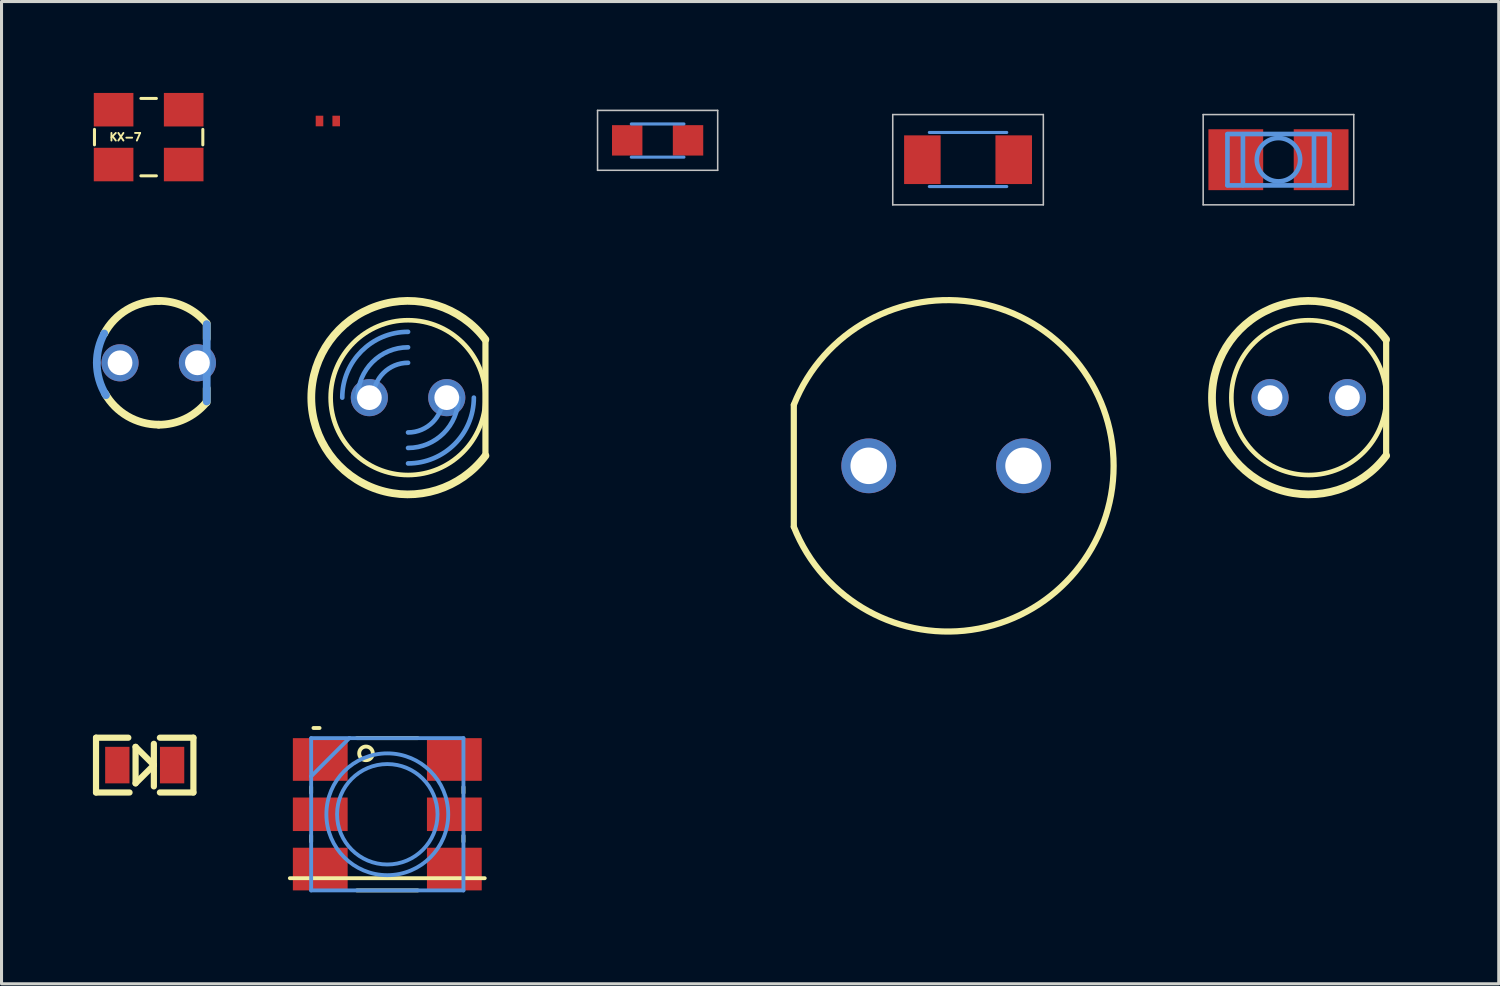
<source format=kicad_pcb>
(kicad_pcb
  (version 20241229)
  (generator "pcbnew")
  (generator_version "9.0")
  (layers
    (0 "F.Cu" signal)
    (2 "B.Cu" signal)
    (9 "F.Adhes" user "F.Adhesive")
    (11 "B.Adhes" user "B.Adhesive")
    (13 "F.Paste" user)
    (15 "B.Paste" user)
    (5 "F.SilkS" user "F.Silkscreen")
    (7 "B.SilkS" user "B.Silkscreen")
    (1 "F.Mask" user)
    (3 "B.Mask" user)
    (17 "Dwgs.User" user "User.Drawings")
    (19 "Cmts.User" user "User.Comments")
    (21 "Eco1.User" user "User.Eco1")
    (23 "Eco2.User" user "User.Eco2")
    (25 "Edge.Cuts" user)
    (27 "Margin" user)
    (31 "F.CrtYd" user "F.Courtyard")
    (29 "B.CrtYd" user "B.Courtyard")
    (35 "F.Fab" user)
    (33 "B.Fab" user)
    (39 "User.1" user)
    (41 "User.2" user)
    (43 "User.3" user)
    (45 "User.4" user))
  (footprint "L0201"
    (layer "F.Cu")
    (at 7.709 0.921)
    (property "Reference" "L0201" (at 1.905 0 0) (layer "Eco1.User") (effects (font (size 1.27 1.27) (thickness 0.102))))
    (attr through_hole)
    (pad "1" smd rect (at -0.274 0) (size 0.249 0.348) (layers "F.Cu" "F.Mask" "F.Paste"))
    (pad "2" smd rect (at 0.274 0) (size 0.249 0.348) (layers "F.Cu" "F.Mask" "F.Paste")))
  (footprint "L2012C"
    (layer "F.Cu")
    (at 18.531 1.556)
    (property "Reference" "L2012C" (at 0.635 -0.635 0) (layer "Eco1.User") (effects (font (size 1.27 1.27) (thickness 0.102))))
    (attr through_hole)
    (fp_line (start -1.971 -0.983) (end 1.971 -0.983) (stroke (width 0.051) (type solid)) (layer "Dwgs.User"))
    (fp_line (start -1.971 0.983) (end -1.971 -0.983) (stroke (width 0.051) (type solid)) (layer "Dwgs.User"))
    (fp_line (start 1.971 -0.983) (end 1.971 0.983) (stroke (width 0.051) (type solid)) (layer "Dwgs.User"))
    (fp_line (start 1.971 0.983) (end -1.971 0.983) (stroke (width 0.051) (type solid)) (layer "Dwgs.User"))
    (fp_line (start -0.864 -0.538) (end 0.864 -0.538) (stroke (width 0.102) (type solid)) (layer "Cmts.User"))
    (fp_line (start -0.864 0.551) (end 0.864 0.551) (stroke (width 0.102) (type solid)) (layer "Cmts.User"))
    (pad "1" smd rect (at -0.998 0) (size 0.998 0.998) (layers "F.Cu" "F.Mask" "F.Paste"))
    (pad "2" smd rect (at 0.998 0) (size 0.998 0.998) (layers "F.Cu" "F.Mask" "F.Paste")))
  (footprint "LED3MM"
    (layer "F.Cu")
    (at 2.159 8.856)
    (property "Reference" "LED3MM" (at 0 1.27 0) (layer "Eco1.User") (effects (font (size 0.508 0.508) (thickness 0.127))))
    (attr through_hole)
    (fp_line (start 1.575 -1.295) (end 1.575 -0.787) (stroke (width 0.254) (type solid)) (layer "F.SilkS"))
    (fp_line (start 1.575 1.295) (end 1.575 0.838) (stroke (width 0.254) (type solid)) (layer "F.SilkS"))
    (fp_arc (start -1.7907 -0.95504) (mid -1.044567 -1.739997) (end -0.000975 -2.02946) (stroke (width 0.254) (type solid)) (layer "F.SilkS"))
    (fp_arc (start -0.003213 2.029539) (mid -1.020615 1.754247) (end -1.76276 1.00584) (stroke (width 0.254) (type solid)) (layer "F.SilkS"))
    (fp_arc (start 0 -2.032) (mid 0.860367 -1.840867) (end 1.55888 -1.303426) (stroke (width 0.254) (type solid)) (layer "F.SilkS"))
    (fp_arc (start 1.549742 1.314277) (mid 0.853936 1.843859) (end 0 2.032) (stroke (width 0.254) (type solid)) (layer "F.SilkS"))
    (fp_line (start 1.575 1.27) (end 1.575 -1.27) (stroke (width 0.254) (type solid)) (layer "Cmts.User"))
    (fp_arc (start -2.032 0) (mid -1.970347 -0.496745) (end -1.78913 -0.963347) (stroke (width 0.254) (type solid)) (layer "Cmts.User"))
    (fp_arc (start -1.730709 1.064739) (mid -1.955227 0.553273) (end -2.032 0) (stroke (width 0.254) (type solid)) (layer "Cmts.User"))
    (pad "A" thru_hole oval (at -1.27 0) (size 1.219 1.219) (drill 0.813) (layers "*.Cu" "*.Mask"))
    (pad "K" thru_hole oval (at 1.27 0) (size 1.219 1.219) (drill 0.813) (layers "*.Cu" "*.Mask")))
  (footprint "LED-RGB-5050"
    (layer "F.Cu")
    (at 9.66 23.672)
    (property "Reference" "LED-RGB-5050" (at 0 0 0) (layer "Cmts.User") (effects (font (size 0.001 0.001) (thickness 0.000001))))
    (attr through_hole)
    (fp_line (start -3.198 2.098) (end 3.198 2.098) (stroke (width 0.127) (type solid)) (layer "F.SilkS"))
    (fp_line (start -2.499 -0.699) (end -2.499 -0.899) (stroke (width 0.127) (type solid)) (layer "F.SilkS"))
    (fp_line (start -2.499 0.899) (end -2.499 0.699) (stroke (width 0.127) (type solid)) (layer "F.SilkS"))
    (fp_line (start -2.223 -2.832) (end -2.423 -2.832) (stroke (width 0.127) (type solid)) (layer "F.SilkS"))
    (fp_line (start -0.998 -2.499) (end 0.998 -2.499) (stroke (width 0.127) (type solid)) (layer "F.SilkS"))
    (fp_line (start -0.998 2.499) (end 0.998 2.499) (stroke (width 0.127) (type solid)) (layer "F.SilkS"))
    (fp_line (start 2.499 -0.699) (end 2.499 -0.899) (stroke (width 0.127) (type solid)) (layer "F.SilkS"))
    (fp_line (start 2.499 0.899) (end 2.499 0.699) (stroke (width 0.127) (type solid)) (layer "F.SilkS"))
    (fp_circle (center -0.699 -1.999) (end -0.475 -1.999) (stroke (width 0.127) (type solid)) (fill no) (layer "F.SilkS"))
    (fp_line (start -2.499 -2.499) (end -1.245 -2.499) (stroke (width 0.127) (type solid)) (layer "Cmts.User"))
    (fp_line (start -2.499 -1.245) (end -2.499 -2.499) (stroke (width 0.127) (type solid)) (layer "Cmts.User"))
    (fp_line (start -2.499 -1.245) (end -1.245 -2.499) (stroke (width 0.127) (type solid)) (layer "Cmts.User"))
    (fp_line (start -2.499 2.499) (end -2.499 -1.245) (stroke (width 0.127) (type solid)) (layer "Cmts.User"))
    (fp_line (start -1.245 -2.499) (end 2.499 -2.499) (stroke (width 0.127) (type solid)) (layer "Cmts.User"))
    (fp_line (start 2.499 -2.499) (end 2.499 2.499) (stroke (width 0.127) (type solid)) (layer "Cmts.User"))
    (fp_line (start 2.499 2.499) (end -2.499 2.499) (stroke (width 0.127) (type solid)) (layer "Cmts.User"))
    (fp_circle (center 0 0) (end 1.648 0) (stroke (width 0.127) (type solid)) (fill no) (layer "Cmts.User"))
    (fp_circle (center 0 0) (end 1.999 0) (stroke (width 0.127) (type solid)) (fill no) (layer "Cmts.User"))
    (pad "BA" smd rect (at -2.2 -1.798) (size 1.798 1.4) (layers "F.Cu" "F.Mask" "F.Paste"))
    (pad "BK" smd rect (at 2.2 -1.798) (size 1.798 1.4) (layers "F.Cu" "F.Mask" "F.Paste"))
    (pad "GA" smd rect (at -2.2 1.798) (size 1.798 1.4) (layers "F.Cu" "F.Mask" "F.Paste"))
    (pad "GK" smd rect (at 2.2 1.798) (size 1.798 1.4) (layers "F.Cu" "F.Mask" "F.Paste"))
    (pad "RA" smd rect (at -2.2 0) (size 1.798 1.1) (layers "F.Cu" "F.Mask" "F.Paste"))
    (pad "RK" smd rect (at 2.2 0) (size 1.798 1.1) (layers "F.Cu" "F.Mask" "F.Paste")))
  (footprint "LED-0805"
    (layer "F.Cu")
    (at 1.699 22.058)
    (property "Reference" "LED-0805" (at -0.048 -0.991 0) (layer "Eco1.User") (effects (font (size 0.406 0.406) (thickness 0.03))))
    (attr through_hole)
    (fp_line (start -1.598 -0.899) (end -1.598 0.899) (stroke (width 0.203) (type solid)) (layer "F.SilkS"))
    (fp_line (start -1.598 0.899) (end -0.498 0.899) (stroke (width 0.203) (type solid)) (layer "F.SilkS"))
    (fp_line (start -0.538 -0.899) (end -1.598 -0.899) (stroke (width 0.203) (type solid)) (layer "F.SilkS"))
    (fp_line (start -0.3 -0.599) (end -0.3 0.599) (stroke (width 0.203) (type solid)) (layer "F.SilkS"))
    (fp_line (start -0.3 0.599) (end 0.3 0) (stroke (width 0.203) (type solid)) (layer "F.SilkS"))
    (fp_line (start 0.3 -0.699) (end 0.3 0) (stroke (width 0.203) (type solid)) (layer "F.SilkS"))
    (fp_line (start 0.3 0) (end -0.3 -0.599) (stroke (width 0.203) (type solid)) (layer "F.SilkS"))
    (fp_line (start 0.3 0) (end 0.3 0.699) (stroke (width 0.203) (type solid)) (layer "F.SilkS"))
    (fp_line (start 0.498 -0.899) (end 1.598 -0.899) (stroke (width 0.203) (type solid)) (layer "F.SilkS"))
    (fp_line (start 1.598 -0.899) (end 1.598 0.899) (stroke (width 0.203) (type solid)) (layer "F.SilkS"))
    (fp_line (start 1.598 0.899) (end 0.498 0.899) (stroke (width 0.203) (type solid)) (layer "F.SilkS"))
    (pad "A" smd rect (at -0.899 0) (size 0.798 1.199) (layers "F.Cu" "F.Mask" "F.Paste"))
    (pad "K" smd rect (at 0.899 0) (size 0.798 1.199) (layers "F.Cu" "F.Mask" "F.Paste")))
  (footprint "LED-5MM"
    (layer "F.Cu")
    (at 39.899 9.999)
    (property "Reference" "LED-5MM" (at 0 -1.5 0) (layer "Eco1.User") (effects (font (size 0.6 0.6) (thickness 0.1))))
    (attr through_hole)
    (fp_line (start 2.54 1.905) (end 2.54 -1.905) (stroke (width 0.203) (type solid)) (layer "F.SilkS"))
    (fp_arc (start 2.54 1.905) (mid -3.175 0.001668) (end 2.537997 -1.907668) (stroke (width 0.254) (type solid)) (layer "F.SilkS"))
    (fp_circle (center 0 0) (end 2.54 0) (stroke (width 0.152) (type solid)) (fill no) (layer "F.SilkS"))
    (pad "A" thru_hole oval (at -1.27 0) (size 1.219 1.219) (drill 0.813) (layers "*.Cu" "*.Mask"))
    (pad "K" thru_hole oval (at 1.27 0) (size 1.219 1.219) (drill 0.813) (layers "*.Cu" "*.Mask")))
  (footprint "L3225P"
    (layer "F.Cu")
    (at 38.905 2.191)
    (property "Reference" "L3225P" (at 0.635 -1.27 0) (layer "Eco1.User") (effects (font (size 1.27 1.27) (thickness 0.102))))
    (attr through_hole)
    (fp_line (start -2.471 -1.481) (end 2.471 -1.481) (stroke (width 0.051) (type solid)) (layer "Dwgs.User"))
    (fp_line (start -2.471 1.481) (end -2.471 -1.481) (stroke (width 0.051) (type solid)) (layer "Dwgs.User"))
    (fp_line (start 2.471 -1.481) (end 2.471 1.481) (stroke (width 0.051) (type solid)) (layer "Dwgs.User"))
    (fp_line (start 2.471 1.481) (end -2.471 1.481) (stroke (width 0.051) (type solid)) (layer "Dwgs.User"))
    (fp_line (start -1.674 -0.843) (end 1.674 -0.843) (stroke (width 0.152) (type solid)) (layer "Cmts.User"))
    (fp_line (start -1.674 -0.836) (end -1.674 0.836) (stroke (width 0.152) (type solid)) (layer "Cmts.User"))
    (fp_line (start -1.166 -0.836) (end -1.166 0.836) (stroke (width 0.152) (type solid)) (layer "Cmts.User"))
    (fp_line (start 1.166 -0.836) (end 1.166 0.836) (stroke (width 0.152) (type solid)) (layer "Cmts.User"))
    (fp_line (start 1.674 -0.836) (end 1.674 0.836) (stroke (width 0.152) (type solid)) (layer "Cmts.User"))
    (fp_line (start 1.674 0.843) (end -1.674 0.843) (stroke (width 0.152) (type solid)) (layer "Cmts.User"))
    (fp_circle (center 0 0) (end 0.711 0) (stroke (width 0.152) (type solid)) (fill no) (layer "Cmts.User"))
    (pad "1" smd rect (at -1.4 0) (size 1.798 1.999) (layers "F.Cu" "F.Mask" "F.Paste"))
    (pad "2" smd rect (at 1.4 0) (size 1.798 1.999) (layers "F.Cu" "F.Mask" "F.Paste")))
  (footprint "LED5MM"
    (layer "F.Cu")
    (at 10.341 9.999)
    (property "Reference" "LED5MM" (at 5.715 0.102 0) (layer "Eco1.User") (effects (font (size 1.27 1.27) (thickness 0.127))))
    (attr through_hole)
    (fp_line (start 2.54 1.905) (end 2.54 -1.905) (stroke (width 0.203) (type solid)) (layer "F.SilkS"))
    (fp_arc (start 2.54 1.905) (mid -3.175 0.001668) (end 2.537997 -1.907668) (stroke (width 0.254) (type solid)) (layer "F.SilkS"))
    (fp_circle (center 0 0) (end 2.54 0) (stroke (width 0.152) (type solid)) (fill no) (layer "F.SilkS"))
    (fp_arc (start -2.159 0) (mid -1.526644 -1.526644) (end 0 -2.159) (stroke (width 0.1524) (type solid)) (layer "Cmts.User"))
    (fp_arc (start -1.651 0) (mid -1.167433 -1.167433) (end 0 -1.651) (stroke (width 0.1524) (type solid)) (layer "Cmts.User"))
    (fp_arc (start -1.143 0) (mid -0.808223 -0.808223) (end 0 -1.143) (stroke (width 0.1524) (type solid)) (layer "Cmts.User"))
    (fp_arc (start 1.143 0) (mid 0.808223 0.808223) (end 0 1.143) (stroke (width 0.1524) (type solid)) (layer "Cmts.User"))
    (fp_arc (start 1.651 0) (mid 1.167433 1.167433) (end 0 1.651) (stroke (width 0.1524) (type solid)) (layer "Cmts.User"))
    (fp_arc (start 2.159 0) (mid 1.526644 1.526644) (end 0 2.159) (stroke (width 0.1524) (type solid)) (layer "Cmts.User"))
    (pad "A" thru_hole oval (at -1.27 0) (size 1.219 1.219) (drill 0.813) (layers "*.Cu" "*.Mask"))
    (pad "K" thru_hole oval (at 1.27 0) (size 1.219 1.219) (drill 0.813) (layers "*.Cu" "*.Mask")))
  (footprint "KX-7"
    (layer "F.Cu")
    (at 1.828 1.45)
    (property "Reference" "KX-7" (at -0.762 0 0) (layer "F.SilkS") (effects (font (size 0.25 0.25) (thickness 0.062))))
    (attr through_hole)
    (fp_line (start -1.778 -0.254) (end -1.778 0.254) (stroke (width 0.1) (type solid)) (layer "F.SilkS"))
    (fp_line (start -0.254 1.27) (end 0.254 1.27) (stroke (width 0.1) (type solid)) (layer "F.SilkS"))
    (fp_line (start 0.254 -1.27) (end -0.254 -1.27) (stroke (width 0.1) (type solid)) (layer "F.SilkS"))
    (fp_line (start 1.778 0.254) (end 1.778 -0.254) (stroke (width 0.1) (type solid)) (layer "F.SilkS"))
    (pad "1" smd rect (at -1.15 0.9) (size 1.3 1.1) (layers "F.Cu" "F.Mask" "F.Paste"))
    (pad "2" smd rect (at -1.15 -0.9) (size 1.3 1.1) (layers "F.Cu" "F.Mask" "F.Paste"))
    (pad "2" smd rect (at 1.15 0.9) (size 1.3 1.1) (layers "F.Cu" "F.Mask" "F.Paste"))
    (pad "3" smd rect (at 1.15 -0.9) (size 1.3 1.1) (layers "F.Cu" "F.Mask" "F.Paste")))
  (footprint "LED10MM"
    (layer "F.Cu")
    (at 27.999 12.237)
    (property "Reference" "LED10MM" (at 0 0 0) (layer "Cmts.User") (effects (font (size 0.001 0.001) (thickness 0.000001))))
    (attr through_hole)
    (fp_line (start -4.999 -1.999) (end -4.999 1.999) (stroke (width 0.203) (type solid)) (layer "F.SilkS"))
    (fp_arc (start -4.996472 -2.004657) (mid 5.496303 0.003053) (end -4.99872 1.99898) (stroke (width 0.2032) (type solid)) (layer "F.SilkS"))
    (pad "A" thru_hole oval (at 2.54 0) (size 1.798 1.798) (drill 1.199) (layers "*.Cu" "*.Mask"))
    (pad "K" thru_hole oval (at -2.54 0) (size 1.798 1.798) (drill 1.199) (layers "*.Cu" "*.Mask")))
  (footprint "L3216C"
    (layer "F.Cu")
    (at 28.718 2.191)
    (property "Reference" "L3216C" (at 0.635 -1.27 0) (layer "Eco1.User") (effects (font (size 1.27 1.27) (thickness 0.102))))
    (attr through_hole)
    (fp_line (start -2.471 -1.481) (end 2.471 -1.481) (stroke (width 0.051) (type solid)) (layer "Dwgs.User"))
    (fp_line (start -2.471 1.481) (end -2.471 -1.481) (stroke (width 0.051) (type solid)) (layer "Dwgs.User"))
    (fp_line (start 2.471 -1.481) (end 2.471 1.481) (stroke (width 0.051) (type solid)) (layer "Dwgs.User"))
    (fp_line (start 2.471 1.481) (end -2.471 1.481) (stroke (width 0.051) (type solid)) (layer "Dwgs.User"))
    (fp_line (start -1.27 -0.894) (end 1.27 -0.894) (stroke (width 0.102) (type solid)) (layer "Cmts.User"))
    (fp_line (start -1.27 0.881) (end 1.27 0.881) (stroke (width 0.102) (type solid)) (layer "Cmts.User"))
    (pad "1" smd rect (at -1.499 0) (size 1.199 1.598) (layers "F.Cu" "F.Mask" "F.Paste"))
    (pad "2" smd rect (at 1.499 0) (size 1.199 1.598) (layers "F.Cu" "F.Mask" "F.Paste")))
  (gr_rect
    (start -3 -3)
    (end 46.134 29.235)
    (stroke (width 0.1) (type default))
    (fill no)
    (layer "Edge.Cuts")))
</source>
